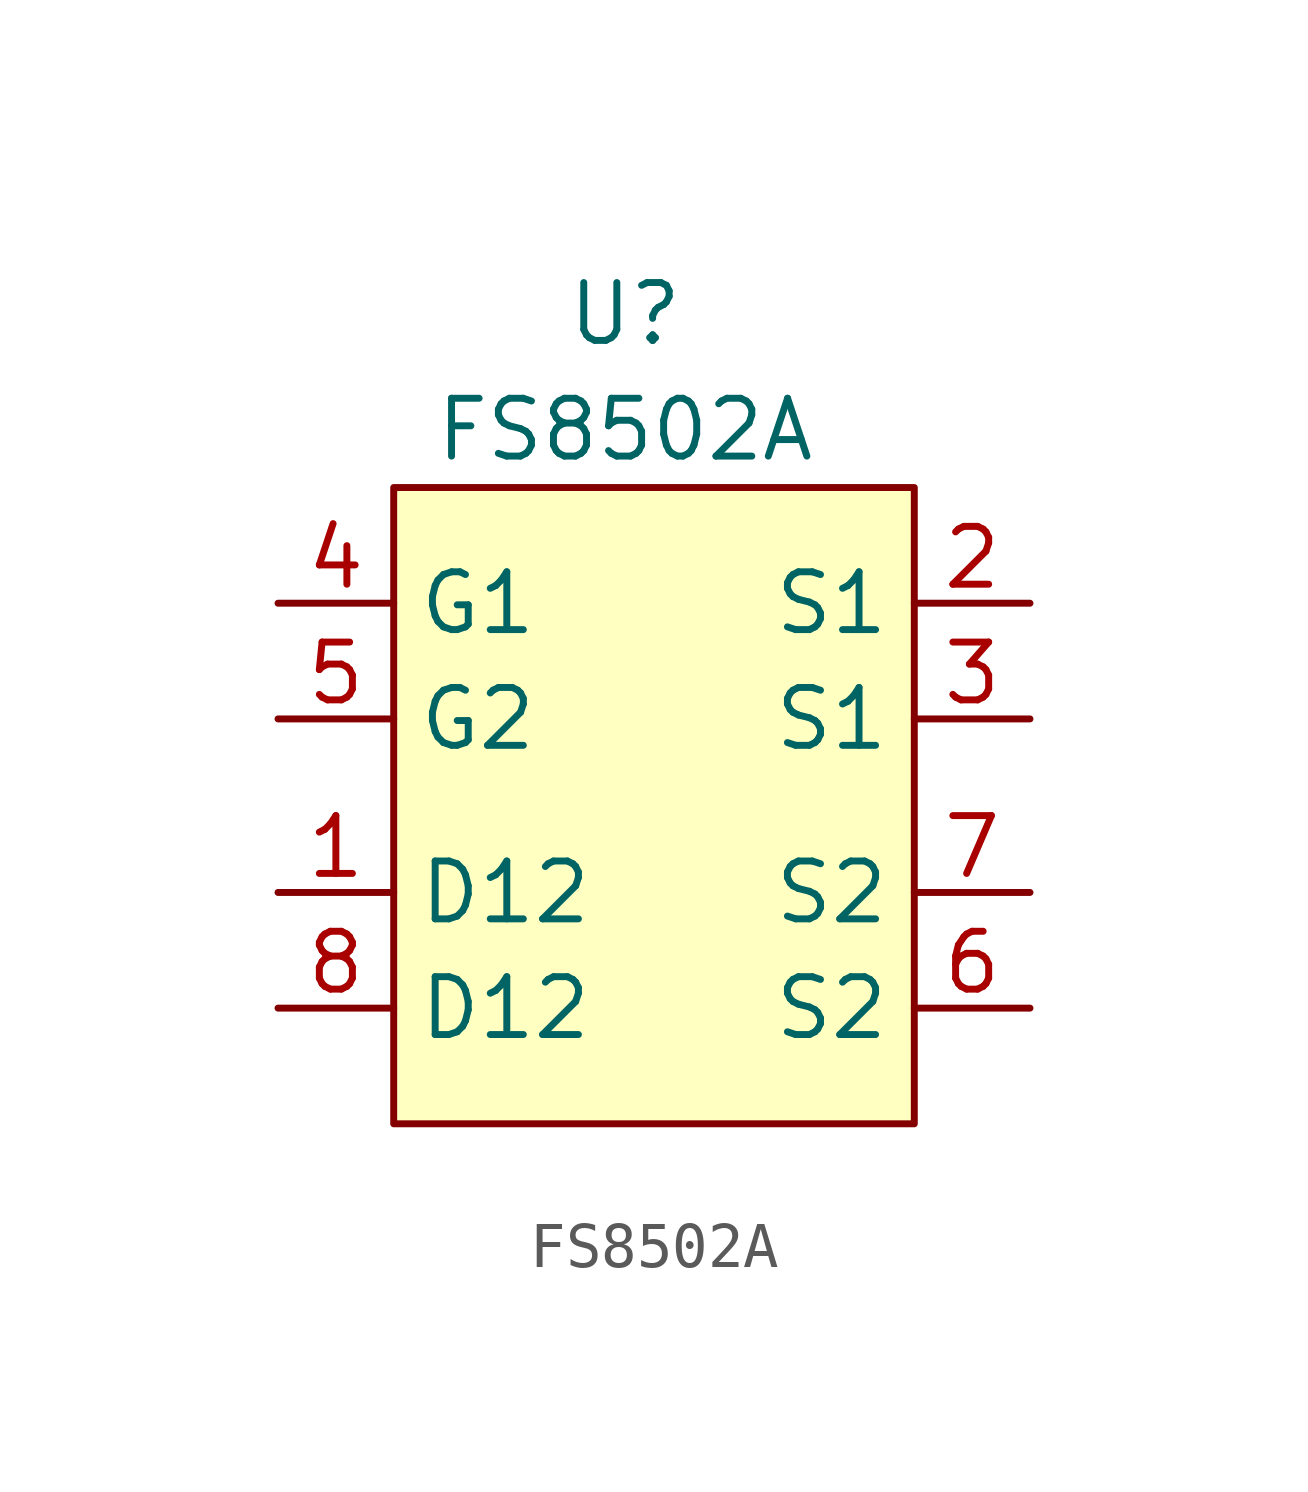
<source format=kicad_sym>
(kicad_symbol_lib
  (version 20241209)
  (generator "kicad_symbol_editor")
  (generator_version "9.0")
  (symbol "FS8502A"
    (property "Reference" "U"
      (at 1.27 2.54 0)
      (effects (font (size 1.27 1.27))))
    (property "Value" "FS8502A"
      (at 1.27 0 0)
      (effects (font (size 1.27 1.27))))
    (symbol "FS8502A_1_1"
      (rectangle (start -3.81 -1.27) (end 7.62 -15.24) (stroke (width 0) (type default)) (fill (type background)))
      (pin input line (at -6.35 -3.81 0) (length 2.54) (name "G1" (effects (font (size 1.27 1.27)))) (number "4" (effects (font (size 1.27 1.27)))))
      (pin input line (at -6.35 -6.35 0) (length 2.54) (name "G2" (effects (font (size 1.27 1.27)))) (number "5" (effects (font (size 1.27 1.27)))))
      (pin passive line (at -6.35 -10.16 0) (length 2.54) (name "D12" (effects (font (size 1.27 1.27)))) (number "1" (effects (font (size 1.27 1.27)))))
      (pin passive line (at -6.35 -12.7 0) (length 2.54) (name "D12" (effects (font (size 1.27 1.27)))) (number "8" (effects (font (size 1.27 1.27)))))
      (pin passive line (at 10.16 -3.81 180) (length 2.54) (name "S1" (effects (font (size 1.27 1.27)))) (number "2" (effects (font (size 1.27 1.27)))))
      (pin passive line (at 10.16 -6.35 180) (length 2.54) (name "S1" (effects (font (size 1.27 1.27)))) (number "3" (effects (font (size 1.27 1.27)))))
      (pin passive line (at 10.16 -10.16 180) (length 2.54) (name "S2" (effects (font (size 1.27 1.27)))) (number "7" (effects (font (size 1.27 1.27)))))
      (pin passive line (at 10.16 -12.7 180) (length 2.54) (name "S2" (effects (font (size 1.27 1.27)))) (number "6" (effects (font (size 1.27 1.27))))))))
</source>
